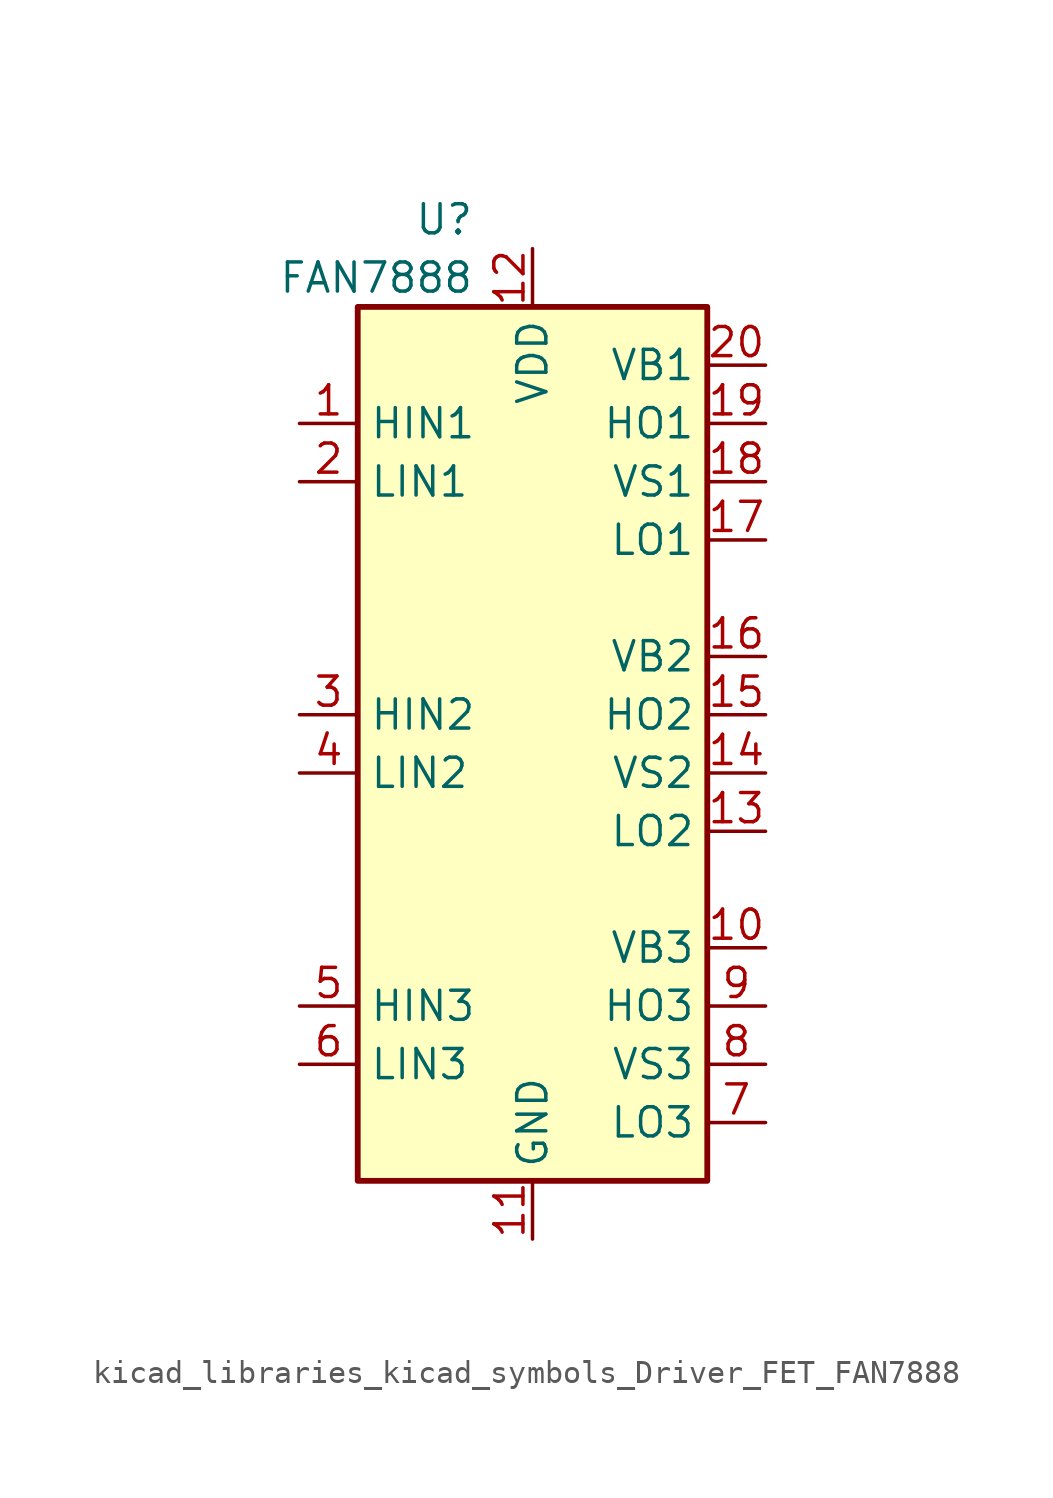
<source format=kicad_sym>
(kicad_symbol_lib
  (version 20220914)
  (generator kicad_symbol_editor)
  (symbol "kicad_libraries_kicad_symbols_Driver_FET_FAN7888"
    (property "Reference" "U"
      (at -2.54 24.13 0)
      (effects (font (size 1.27 1.27)) (justify right)))
    (property "Value" "FAN7888"
      (at -2.54 21.59 0)
      (effects (font (size 1.27 1.27)) (justify right)))
    (symbol "kicad_libraries_kicad_symbols_Driver_FET_FAN7888_0_1"
      (rectangle (start -7.62 20.32) (end 7.62 -17.78) (stroke (width 0.254) (type default)) (fill (type background))))
    (symbol "kicad_libraries_kicad_symbols_Driver_FET_FAN7888_1_1"
      (pin input line (at -10.16 15.24 0) (length 2.54) (name "HIN1" (effects (font (size 1.27 1.27)))) (number "1" (effects (font (size 1.27 1.27)))))
      (pin passive line (at 10.16 -7.62 180) (length 2.54) (name "VB3" (effects (font (size 1.27 1.27)))) (number "10" (effects (font (size 1.27 1.27)))))
      (pin power_in line (at 0 -20.32 90) (length 2.54) (name "GND" (effects (font (size 1.27 1.27)))) (number "11" (effects (font (size 1.27 1.27)))))
      (pin power_in line (at 0 22.86 270) (length 2.54) (name "VDD" (effects (font (size 1.27 1.27)))) (number "12" (effects (font (size 1.27 1.27)))))
      (pin output line (at 10.16 -2.54 180) (length 2.54) (name "LO2" (effects (font (size 1.27 1.27)))) (number "13" (effects (font (size 1.27 1.27)))))
      (pin passive line (at 10.16 0 180) (length 2.54) (name "VS2" (effects (font (size 1.27 1.27)))) (number "14" (effects (font (size 1.27 1.27)))))
      (pin output line (at 10.16 2.54 180) (length 2.54) (name "HO2" (effects (font (size 1.27 1.27)))) (number "15" (effects (font (size 1.27 1.27)))))
      (pin passive line (at 10.16 5.08 180) (length 2.54) (name "VB2" (effects (font (size 1.27 1.27)))) (number "16" (effects (font (size 1.27 1.27)))))
      (pin output line (at 10.16 10.16 180) (length 2.54) (name "LO1" (effects (font (size 1.27 1.27)))) (number "17" (effects (font (size 1.27 1.27)))))
      (pin passive line (at 10.16 12.7 180) (length 2.54) (name "VS1" (effects (font (size 1.27 1.27)))) (number "18" (effects (font (size 1.27 1.27)))))
      (pin output line (at 10.16 15.24 180) (length 2.54) (name "HO1" (effects (font (size 1.27 1.27)))) (number "19" (effects (font (size 1.27 1.27)))))
      (pin input line (at -10.16 12.7 0) (length 2.54) (name "LIN1" (effects (font (size 1.27 1.27)))) (number "2" (effects (font (size 1.27 1.27)))))
      (pin passive line (at 10.16 17.78 180) (length 2.54) (name "VB1" (effects (font (size 1.27 1.27)))) (number "20" (effects (font (size 1.27 1.27)))))
      (pin input line (at -10.16 2.54 0) (length 2.54) (name "HIN2" (effects (font (size 1.27 1.27)))) (number "3" (effects (font (size 1.27 1.27)))))
      (pin input line (at -10.16 0 0) (length 2.54) (name "LIN2" (effects (font (size 1.27 1.27)))) (number "4" (effects (font (size 1.27 1.27)))))
      (pin input line (at -10.16 -10.16 0) (length 2.54) (name "HIN3" (effects (font (size 1.27 1.27)))) (number "5" (effects (font (size 1.27 1.27)))))
      (pin input line (at -10.16 -12.7 0) (length 2.54) (name "LIN3" (effects (font (size 1.27 1.27)))) (number "6" (effects (font (size 1.27 1.27)))))
      (pin output line (at 10.16 -15.24 180) (length 2.54) (name "LO3" (effects (font (size 1.27 1.27)))) (number "7" (effects (font (size 1.27 1.27)))))
      (pin passive line (at 10.16 -12.7 180) (length 2.54) (name "VS3" (effects (font (size 1.27 1.27)))) (number "8" (effects (font (size 1.27 1.27)))))
      (pin output line (at 10.16 -10.16 180) (length 2.54) (name "HO3" (effects (font (size 1.27 1.27)))) (number "9" (effects (font (size 1.27 1.27))))))))
</source>
